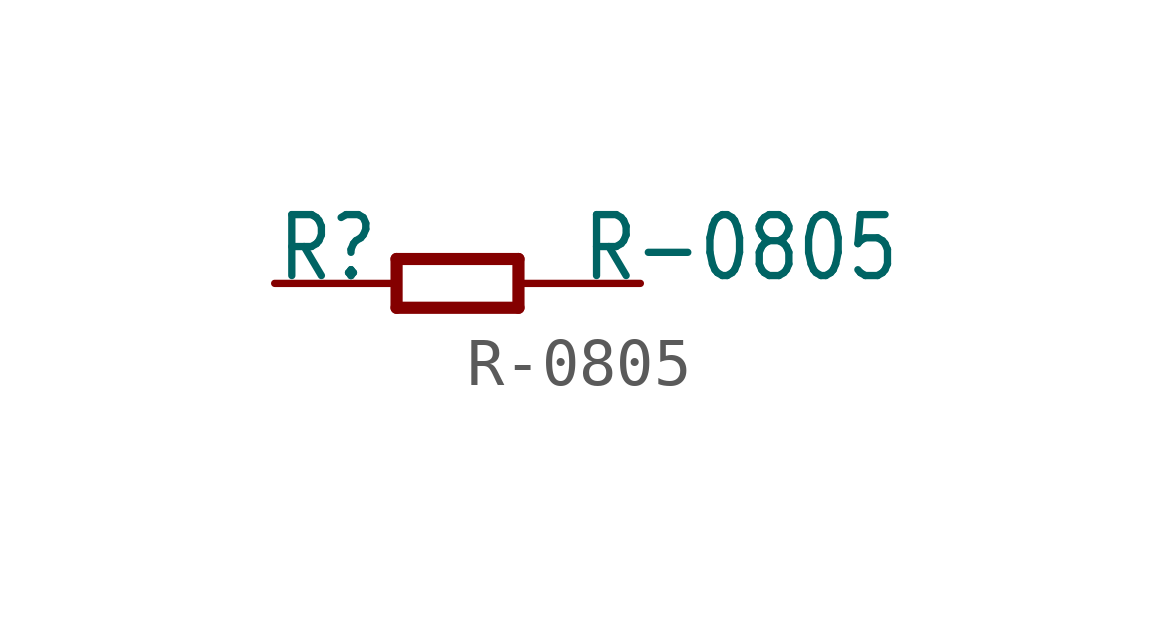
<source format=kicad_sym>
(kicad_symbol_lib
  (version 20211014)
  (generator kicad_symbol_editor)
  (symbol "R-0805"
    (property "Reference" "R"
      (at -3.81 0 0)
      (effects (font (size 1.27 1.079)) (justify left bottom)))
    (property "Value" "R-0805"
      (at 2.54 0 0)
      (effects (font (size 1.27 1.079)) (justify left bottom)))
    (property "ki_locked" ""
      (at 0 0 0)
      (effects (font (size 1.27 1.27))))
    (symbol "R-0805_1_0"
      (polyline (pts (xy -1.27 -0.508) (xy -1.27 0.508)) (stroke (width 0.254) (type default) (color 0 0 0 0)) (fill (type none)))
      (polyline (pts (xy -1.27 0.508) (xy 1.27 0.508)) (stroke (width 0.254) (type default) (color 0 0 0 0)) (fill (type none)))
      (polyline (pts (xy 1.27 -0.508) (xy -1.27 -0.508)) (stroke (width 0.254) (type default) (color 0 0 0 0)) (fill (type none)))
      (polyline (pts (xy 1.27 0.508) (xy 1.27 -0.508)) (stroke (width 0.254) (type default) (color 0 0 0 0)) (fill (type none)))
      (pin passive line (at -3.81 0 0) (length 2.54) (name "1" (effects (font (size 0 0)))) (number "1" (effects (font (size 0 0)))))
      (pin passive line (at 3.81 0 180) (length 2.54) (name "2" (effects (font (size 0 0)))) (number "2" (effects (font (size 0 0))))))))
</source>
